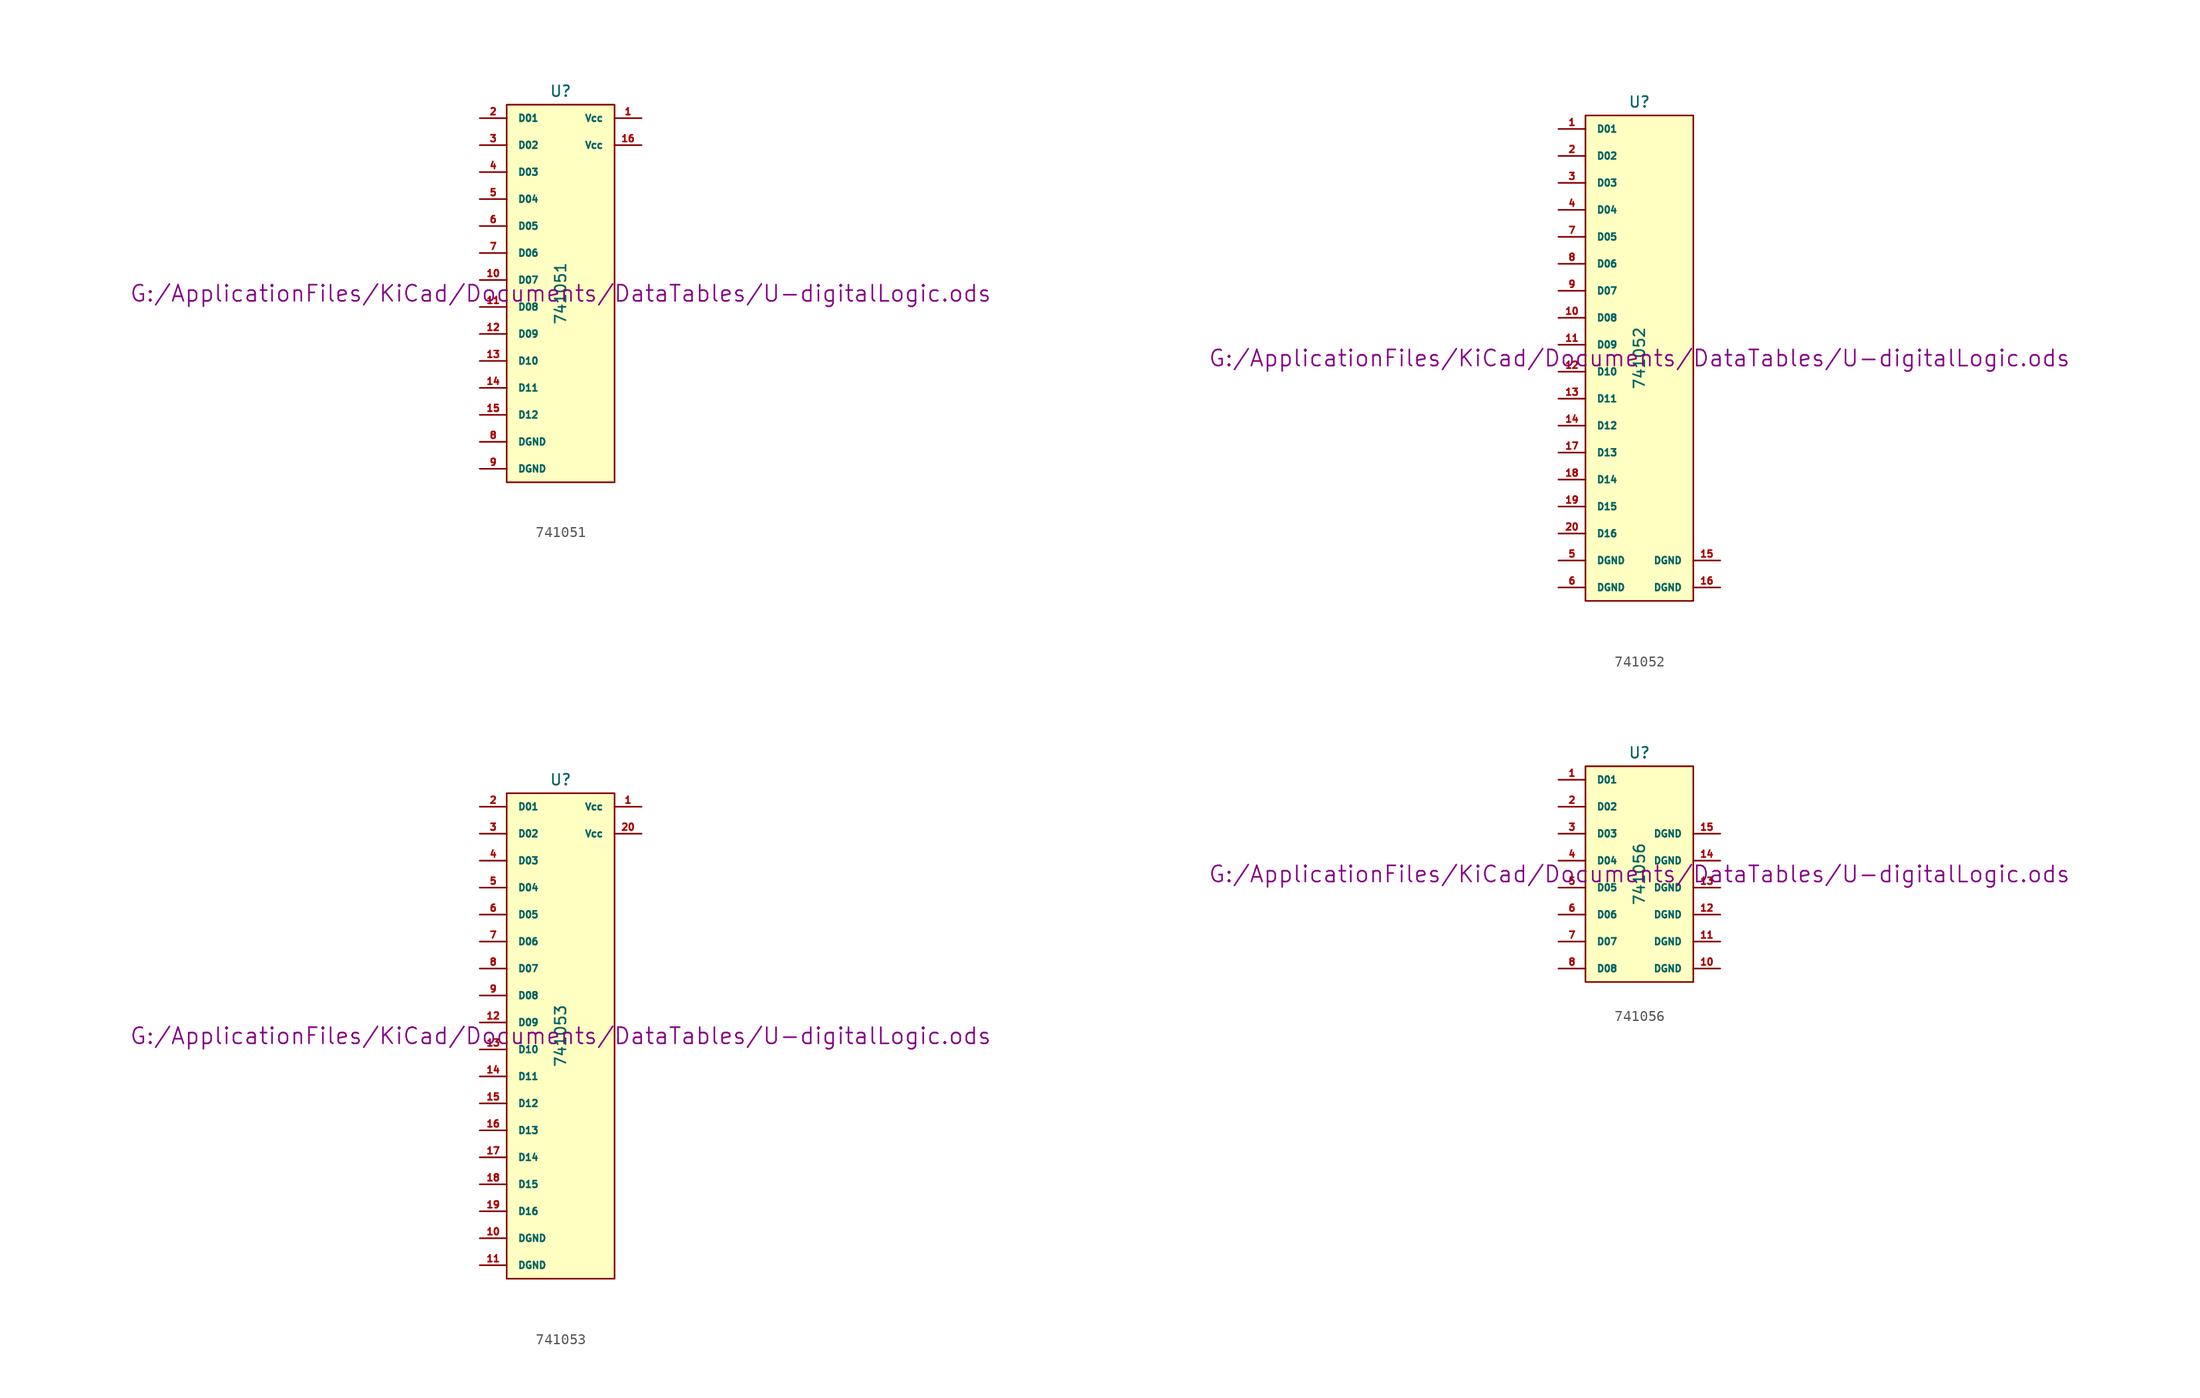
<source format=kicad_sym>
(kicad_symbol_lib
  (version 20211014)
  (generator kicad_symbol_editor)
  (symbol "741051"
    (pin_names
      (offset 1.016))
    (property "Reference" "U"
      (at 0 19.05 0)
      (effects (font (size 1.016 1.016))))
    (property "Value" "741051"
      (at 0 0 90)
      (effects (font (size 1.016 1.016))))
    (property "Footprint" ""
      (at 0 0 0)
      (effects (font (size 1.524 1.524))))
    (property "Datasheet" "G:/ApplicationFiles/KiCad/Documents/DataTables/U-digitalLogic.ods"
      (at 0 0 0)
      (effects (font (size 1.524 1.524))))
    (symbol "741051_0_1"
      (rectangle (start -5.08 17.78) (end 5.08 -17.78) (stroke (width 0) (type default) (color 0 0 0 0)) (fill (type background))))
    (symbol "741051_1_1"
      (pin power_in line (at 7.62 16.51 180) (length 2.54) (name "Vcc" (effects (font (size 0.635 0.635)))) (number "1" (effects (font (size 0.635 0.635)))))
      (pin input line (at -7.62 1.27 0) (length 2.54) (name "D07" (effects (font (size 0.635 0.635)))) (number "10" (effects (font (size 0.635 0.635)))))
      (pin input line (at -7.62 -1.27 0) (length 2.54) (name "D08" (effects (font (size 0.635 0.635)))) (number "11" (effects (font (size 0.635 0.635)))))
      (pin input line (at -7.62 -3.81 0) (length 2.54) (name "D09" (effects (font (size 0.635 0.635)))) (number "12" (effects (font (size 0.635 0.635)))))
      (pin input line (at -7.62 -6.35 0) (length 2.54) (name "D10" (effects (font (size 0.635 0.635)))) (number "13" (effects (font (size 0.635 0.635)))))
      (pin input line (at -7.62 -8.89 0) (length 2.54) (name "D11" (effects (font (size 0.635 0.635)))) (number "14" (effects (font (size 0.635 0.635)))))
      (pin input line (at -7.62 -11.43 0) (length 2.54) (name "D12" (effects (font (size 0.635 0.635)))) (number "15" (effects (font (size 0.635 0.635)))))
      (pin power_in line (at 7.62 13.97 180) (length 2.54) (name "Vcc" (effects (font (size 0.635 0.635)))) (number "16" (effects (font (size 0.635 0.635)))))
      (pin input line (at -7.62 16.51 0) (length 2.54) (name "D01" (effects (font (size 0.635 0.635)))) (number "2" (effects (font (size 0.635 0.635)))))
      (pin input line (at -7.62 13.97 0) (length 2.54) (name "D02" (effects (font (size 0.635 0.635)))) (number "3" (effects (font (size 0.635 0.635)))))
      (pin input line (at -7.62 11.43 0) (length 2.54) (name "D03" (effects (font (size 0.635 0.635)))) (number "4" (effects (font (size 0.635 0.635)))))
      (pin input line (at -7.62 8.89 0) (length 2.54) (name "D04" (effects (font (size 0.635 0.635)))) (number "5" (effects (font (size 0.635 0.635)))))
      (pin input line (at -7.62 6.35 0) (length 2.54) (name "D05" (effects (font (size 0.635 0.635)))) (number "6" (effects (font (size 0.635 0.635)))))
      (pin input line (at -7.62 3.81 0) (length 2.54) (name "D06" (effects (font (size 0.635 0.635)))) (number "7" (effects (font (size 0.635 0.635)))))
      (pin power_in line (at -7.62 -13.97 0) (length 2.54) (name "DGND" (effects (font (size 0.635 0.635)))) (number "8" (effects (font (size 0.635 0.635)))))
      (pin power_in line (at -7.62 -16.51 0) (length 2.54) (name "DGND" (effects (font (size 0.635 0.635)))) (number "9" (effects (font (size 0.635 0.635)))))))
  (symbol "741052"
    (pin_names
      (offset 1.016))
    (property "Reference" "U"
      (at 0 24.13 0)
      (effects (font (size 1.016 1.016))))
    (property "Value" "741052"
      (at 0 0 90)
      (effects (font (size 1.016 1.016))))
    (property "Footprint" ""
      (at 0 0 0)
      (effects (font (size 1.524 1.524))))
    (property "Datasheet" "G:/ApplicationFiles/KiCad/Documents/DataTables/U-digitalLogic.ods"
      (at 0 0 0)
      (effects (font (size 1.524 1.524))))
    (symbol "741052_0_1"
      (rectangle (start -5.08 22.86) (end 5.08 -22.86) (stroke (width 0) (type default) (color 0 0 0 0)) (fill (type background))))
    (symbol "741052_1_1"
      (pin input line (at -7.62 21.59 0) (length 2.54) (name "D01" (effects (font (size 0.635 0.635)))) (number "1" (effects (font (size 0.635 0.635)))))
      (pin input line (at -7.62 3.81 0) (length 2.54) (name "D08" (effects (font (size 0.635 0.635)))) (number "10" (effects (font (size 0.635 0.635)))))
      (pin input line (at -7.62 1.27 0) (length 2.54) (name "D09" (effects (font (size 0.635 0.635)))) (number "11" (effects (font (size 0.635 0.635)))))
      (pin input line (at -7.62 -1.27 0) (length 2.54) (name "D10" (effects (font (size 0.635 0.635)))) (number "12" (effects (font (size 0.635 0.635)))))
      (pin input line (at -7.62 -3.81 0) (length 2.54) (name "D11" (effects (font (size 0.635 0.635)))) (number "13" (effects (font (size 0.635 0.635)))))
      (pin input line (at -7.62 -6.35 0) (length 2.54) (name "D12" (effects (font (size 0.635 0.635)))) (number "14" (effects (font (size 0.635 0.635)))))
      (pin power_in line (at 7.62 -19.05 180) (length 2.54) (name "DGND" (effects (font (size 0.635 0.635)))) (number "15" (effects (font (size 0.635 0.635)))))
      (pin power_in line (at 7.62 -21.59 180) (length 2.54) (name "DGND" (effects (font (size 0.635 0.635)))) (number "16" (effects (font (size 0.635 0.635)))))
      (pin input line (at -7.62 -8.89 0) (length 2.54) (name "D13" (effects (font (size 0.635 0.635)))) (number "17" (effects (font (size 0.635 0.635)))))
      (pin input line (at -7.62 -11.43 0) (length 2.54) (name "D14" (effects (font (size 0.635 0.635)))) (number "18" (effects (font (size 0.635 0.635)))))
      (pin input line (at -7.62 -13.97 0) (length 2.54) (name "D15" (effects (font (size 0.635 0.635)))) (number "19" (effects (font (size 0.635 0.635)))))
      (pin input line (at -7.62 19.05 0) (length 2.54) (name "D02" (effects (font (size 0.635 0.635)))) (number "2" (effects (font (size 0.635 0.635)))))
      (pin input line (at -7.62 -16.51 0) (length 2.54) (name "D16" (effects (font (size 0.635 0.635)))) (number "20" (effects (font (size 0.635 0.635)))))
      (pin input line (at -7.62 16.51 0) (length 2.54) (name "D03" (effects (font (size 0.635 0.635)))) (number "3" (effects (font (size 0.635 0.635)))))
      (pin input line (at -7.62 13.97 0) (length 2.54) (name "D04" (effects (font (size 0.635 0.635)))) (number "4" (effects (font (size 0.635 0.635)))))
      (pin power_in line (at -7.62 -19.05 0) (length 2.54) (name "DGND" (effects (font (size 0.635 0.635)))) (number "5" (effects (font (size 0.635 0.635)))))
      (pin power_in line (at -7.62 -21.59 0) (length 2.54) (name "DGND" (effects (font (size 0.635 0.635)))) (number "6" (effects (font (size 0.635 0.635)))))
      (pin input line (at -7.62 11.43 0) (length 2.54) (name "D05" (effects (font (size 0.635 0.635)))) (number "7" (effects (font (size 0.635 0.635)))))
      (pin input line (at -7.62 8.89 0) (length 2.54) (name "D06" (effects (font (size 0.635 0.635)))) (number "8" (effects (font (size 0.635 0.635)))))
      (pin input line (at -7.62 6.35 0) (length 2.54) (name "D07" (effects (font (size 0.635 0.635)))) (number "9" (effects (font (size 0.635 0.635)))))))
  (symbol "741053"
    (pin_names
      (offset 1.016))
    (property "Reference" "U"
      (at 0 24.13 0)
      (effects (font (size 1.016 1.016))))
    (property "Value" "741053"
      (at 0 0 90)
      (effects (font (size 1.016 1.016))))
    (property "Footprint" ""
      (at 0 0 0)
      (effects (font (size 1.524 1.524))))
    (property "Datasheet" "G:/ApplicationFiles/KiCad/Documents/DataTables/U-digitalLogic.ods"
      (at 0 0 0)
      (effects (font (size 1.524 1.524))))
    (symbol "741053_0_1"
      (rectangle (start -5.08 22.86) (end 5.08 -22.86) (stroke (width 0) (type default) (color 0 0 0 0)) (fill (type background))))
    (symbol "741053_1_1"
      (pin power_in line (at 7.62 21.59 180) (length 2.54) (name "Vcc" (effects (font (size 0.635 0.635)))) (number "1" (effects (font (size 0.635 0.635)))))
      (pin power_in line (at -7.62 -19.05 0) (length 2.54) (name "DGND" (effects (font (size 0.635 0.635)))) (number "10" (effects (font (size 0.635 0.635)))))
      (pin power_in line (at -7.62 -21.59 0) (length 2.54) (name "DGND" (effects (font (size 0.635 0.635)))) (number "11" (effects (font (size 0.635 0.635)))))
      (pin input line (at -7.62 1.27 0) (length 2.54) (name "D09" (effects (font (size 0.635 0.635)))) (number "12" (effects (font (size 0.635 0.635)))))
      (pin input line (at -7.62 -1.27 0) (length 2.54) (name "D10" (effects (font (size 0.635 0.635)))) (number "13" (effects (font (size 0.635 0.635)))))
      (pin input line (at -7.62 -3.81 0) (length 2.54) (name "D11" (effects (font (size 0.635 0.635)))) (number "14" (effects (font (size 0.635 0.635)))))
      (pin input line (at -7.62 -6.35 0) (length 2.54) (name "D12" (effects (font (size 0.635 0.635)))) (number "15" (effects (font (size 0.635 0.635)))))
      (pin input line (at -7.62 -8.89 0) (length 2.54) (name "D13" (effects (font (size 0.635 0.635)))) (number "16" (effects (font (size 0.635 0.635)))))
      (pin input line (at -7.62 -11.43 0) (length 2.54) (name "D14" (effects (font (size 0.635 0.635)))) (number "17" (effects (font (size 0.635 0.635)))))
      (pin input line (at -7.62 -13.97 0) (length 2.54) (name "D15" (effects (font (size 0.635 0.635)))) (number "18" (effects (font (size 0.635 0.635)))))
      (pin input line (at -7.62 -16.51 0) (length 2.54) (name "D16" (effects (font (size 0.635 0.635)))) (number "19" (effects (font (size 0.635 0.635)))))
      (pin input line (at -7.62 21.59 0) (length 2.54) (name "D01" (effects (font (size 0.635 0.635)))) (number "2" (effects (font (size 0.635 0.635)))))
      (pin power_in line (at 7.62 19.05 180) (length 2.54) (name "Vcc" (effects (font (size 0.635 0.635)))) (number "20" (effects (font (size 0.635 0.635)))))
      (pin input line (at -7.62 19.05 0) (length 2.54) (name "D02" (effects (font (size 0.635 0.635)))) (number "3" (effects (font (size 0.635 0.635)))))
      (pin input line (at -7.62 16.51 0) (length 2.54) (name "D03" (effects (font (size 0.635 0.635)))) (number "4" (effects (font (size 0.635 0.635)))))
      (pin input line (at -7.62 13.97 0) (length 2.54) (name "D04" (effects (font (size 0.635 0.635)))) (number "5" (effects (font (size 0.635 0.635)))))
      (pin input line (at -7.62 11.43 0) (length 2.54) (name "D05" (effects (font (size 0.635 0.635)))) (number "6" (effects (font (size 0.635 0.635)))))
      (pin input line (at -7.62 8.89 0) (length 2.54) (name "D06" (effects (font (size 0.635 0.635)))) (number "7" (effects (font (size 0.635 0.635)))))
      (pin input line (at -7.62 6.35 0) (length 2.54) (name "D07" (effects (font (size 0.635 0.635)))) (number "8" (effects (font (size 0.635 0.635)))))
      (pin input line (at -7.62 3.81 0) (length 2.54) (name "D08" (effects (font (size 0.635 0.635)))) (number "9" (effects (font (size 0.635 0.635)))))))
  (symbol "741056"
    (pin_names
      (offset 1.016))
    (property "Reference" "U"
      (at 0 11.43 0)
      (effects (font (size 1.016 1.016))))
    (property "Value" "741056"
      (at 0 0 90)
      (effects (font (size 1.016 1.016))))
    (property "Footprint" ""
      (at 0 0 0)
      (effects (font (size 1.524 1.524))))
    (property "Datasheet" "G:/ApplicationFiles/KiCad/Documents/DataTables/U-digitalLogic.ods"
      (at 0 0 0)
      (effects (font (size 1.524 1.524))))
    (symbol "741056_0_1"
      (rectangle (start -5.08 10.16) (end 5.08 -10.16) (stroke (width 0) (type default) (color 0 0 0 0)) (fill (type background))))
    (symbol "741056_1_1"
      (pin input line (at -7.62 8.89 0) (length 2.54) (name "D01" (effects (font (size 0.635 0.635)))) (number "1" (effects (font (size 0.635 0.635)))))
      (pin power_in line (at 7.62 -8.89 180) (length 2.54) (name "DGND" (effects (font (size 0.635 0.635)))) (number "10" (effects (font (size 0.635 0.635)))))
      (pin power_in line (at 7.62 -6.35 180) (length 2.54) (name "DGND" (effects (font (size 0.635 0.635)))) (number "11" (effects (font (size 0.635 0.635)))))
      (pin power_in line (at 7.62 -3.81 180) (length 2.54) (name "DGND" (effects (font (size 0.635 0.635)))) (number "12" (effects (font (size 0.635 0.635)))))
      (pin power_in line (at 7.62 -1.27 180) (length 2.54) (name "DGND" (effects (font (size 0.635 0.635)))) (number "13" (effects (font (size 0.635 0.635)))))
      (pin power_in line (at 7.62 1.27 180) (length 2.54) (name "DGND" (effects (font (size 0.635 0.635)))) (number "14" (effects (font (size 0.635 0.635)))))
      (pin power_in line (at 7.62 3.81 180) (length 2.54) (name "DGND" (effects (font (size 0.635 0.635)))) (number "15" (effects (font (size 0.635 0.635)))))
      (pin input line (at -7.62 6.35 0) (length 2.54) (name "D02" (effects (font (size 0.635 0.635)))) (number "2" (effects (font (size 0.635 0.635)))))
      (pin input line (at -7.62 3.81 0) (length 2.54) (name "D03" (effects (font (size 0.635 0.635)))) (number "3" (effects (font (size 0.635 0.635)))))
      (pin input line (at -7.62 1.27 0) (length 2.54) (name "D04" (effects (font (size 0.635 0.635)))) (number "4" (effects (font (size 0.635 0.635)))))
      (pin input line (at -7.62 -1.27 0) (length 2.54) (name "D05" (effects (font (size 0.635 0.635)))) (number "5" (effects (font (size 0.635 0.635)))))
      (pin input line (at -7.62 -3.81 0) (length 2.54) (name "D06" (effects (font (size 0.635 0.635)))) (number "6" (effects (font (size 0.635 0.635)))))
      (pin input line (at -7.62 -6.35 0) (length 2.54) (name "D07" (effects (font (size 0.635 0.635)))) (number "7" (effects (font (size 0.635 0.635)))))
      (pin input line (at -7.62 -8.89 0) (length 2.54) (name "D08" (effects (font (size 0.635 0.635)))) (number "8" (effects (font (size 0.635 0.635))))))))
</source>
